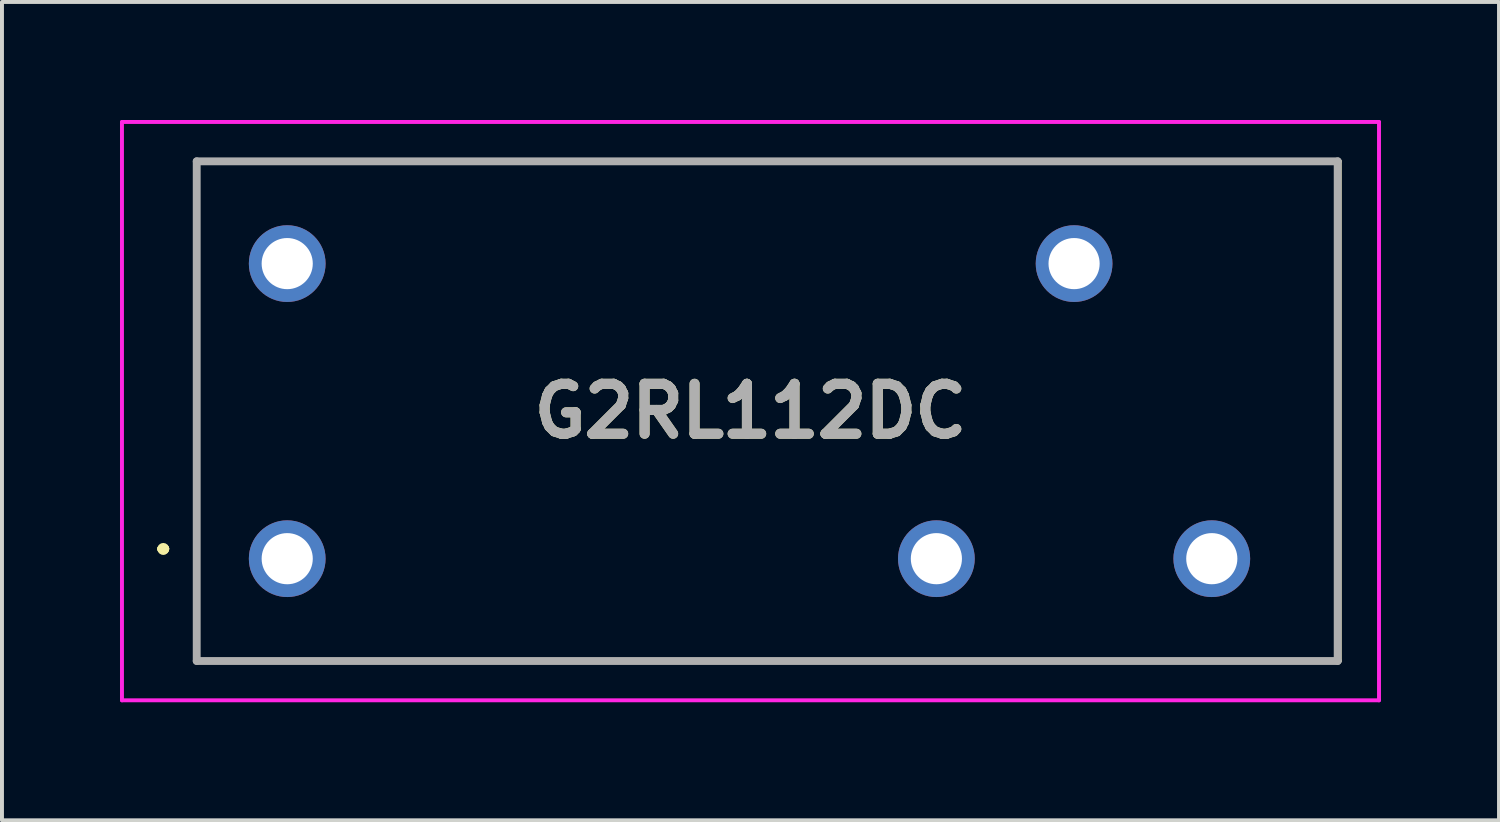
<source format=kicad_pcb>
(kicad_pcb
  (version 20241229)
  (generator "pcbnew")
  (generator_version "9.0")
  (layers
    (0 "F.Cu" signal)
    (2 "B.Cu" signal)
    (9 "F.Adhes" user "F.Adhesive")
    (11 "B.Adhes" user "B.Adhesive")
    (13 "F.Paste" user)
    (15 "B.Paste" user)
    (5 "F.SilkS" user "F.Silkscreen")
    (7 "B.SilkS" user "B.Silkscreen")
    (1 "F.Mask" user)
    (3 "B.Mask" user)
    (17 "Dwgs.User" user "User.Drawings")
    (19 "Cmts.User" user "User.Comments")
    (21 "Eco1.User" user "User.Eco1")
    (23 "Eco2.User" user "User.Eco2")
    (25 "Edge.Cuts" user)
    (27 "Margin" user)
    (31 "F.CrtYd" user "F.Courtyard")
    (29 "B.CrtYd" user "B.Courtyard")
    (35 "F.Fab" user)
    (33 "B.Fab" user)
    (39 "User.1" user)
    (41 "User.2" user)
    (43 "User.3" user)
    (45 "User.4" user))
  (footprint "G2RL112DC"
    (layer "F.Cu")
    (at 4.25 11.15)
    (property "Reference" "G2RL112DC" (at 11.775 -3.75 0) (layer "F.SilkS") (effects (font (size 1.27 1.27) (thickness 0.254))))
    (attr through_hole)
    (fp_line (start -3.2 -0.25) (end -3.2 -0.25) (stroke (width 0.2) (type solid)) (layer "F.SilkS"))
    (fp_line (start -3.2 -0.25) (end -3.2 -0.25) (stroke (width 0.2) (type solid)) (layer "F.SilkS"))
    (fp_line (start -3.1 -0.25) (end -3.1 -0.25) (stroke (width 0.2) (type solid)) (layer "F.SilkS"))
    (fp_line (start -2.3 -10.1) (end 26.75 -10.1) (stroke (width 0.1) (type solid)) (layer "F.SilkS"))
    (fp_line (start -2.3 2.6) (end -2.3 -10.1) (stroke (width 0.1) (type solid)) (layer "F.SilkS"))
    (fp_line (start 26.75 -10.1) (end 26.75 2.6) (stroke (width 0.1) (type solid)) (layer "F.SilkS"))
    (fp_line (start 26.75 2.6) (end -2.3 2.6) (stroke (width 0.1) (type solid)) (layer "F.SilkS"))
    (fp_arc (start -3.2 -0.25) (mid -3.15 -0.3) (end -3.1 -0.25) (stroke (width 0.2) (type solid)) (layer "F.SilkS"))
    (fp_arc (start -3.1 -0.25) (mid -3.15 -0.2) (end -3.2 -0.25) (stroke (width 0.2) (type solid)) (layer "F.SilkS"))
    (fp_arc (start -3.1 -0.25) (mid -3.15 -0.2) (end -3.2 -0.25) (stroke (width 0.2) (type solid)) (layer "F.SilkS"))
    (fp_line (start -4.2 -11.1) (end -4.2 3.6) (stroke (width 0.1) (type solid)) (layer "F.CrtYd"))
    (fp_line (start -4.2 3.6) (end 27.75 3.6) (stroke (width 0.1) (type solid)) (layer "F.CrtYd"))
    (fp_line (start 27.75 -11.1) (end -4.2 -11.1) (stroke (width 0.1) (type solid)) (layer "F.CrtYd"))
    (fp_line (start 27.75 3.6) (end 27.75 -11.1) (stroke (width 0.1) (type solid)) (layer "F.CrtYd"))
    (fp_line (start -2.3 -10.1) (end 26.7 -10.1) (stroke (width 0.2) (type solid)) (layer "F.Fab"))
    (fp_line (start -2.3 2.6) (end -2.3 -10.1) (stroke (width 0.2) (type solid)) (layer "F.Fab"))
    (fp_line (start 26.7 -10.1) (end 26.7 2.6) (stroke (width 0.2) (type solid)) (layer "F.Fab"))
    (fp_line (start 26.7 2.6) (end -2.3 2.6) (stroke (width 0.2) (type solid)) (layer "F.Fab"))
    (fp_text user "${REFERENCE}" (at 11.775 -3.75 0) (layer "F.Fab") (effects (font (size 1.27 1.27) (thickness 0.254))))
    (pad "1" thru_hole circle (at 0 0) (size 1.95 1.95) (drill 1.3) (layers "*.Cu" "*.Mask"))
    (pad "2" thru_hole circle (at 16.5 0) (size 1.95 1.95) (drill 1.3) (layers "*.Cu" "*.Mask"))
    (pad "3" thru_hole circle (at 23.5 0) (size 1.95 1.95) (drill 1.3) (layers "*.Cu" "*.Mask"))
    (pad "4" thru_hole circle (at 20 -7.5) (size 1.95 1.95) (drill 1.3) (layers "*.Cu" "*.Mask"))
    (pad "5" thru_hole circle (at 0 -7.5) (size 1.95 1.95) (drill 1.3) (layers "*.Cu" "*.Mask")))
  (gr_rect
    (start -3 -3)
    (end 35.05 17.8)
    (stroke (width 0.1) (type default))
    (fill no)
    (layer "Edge.Cuts")))
</source>
